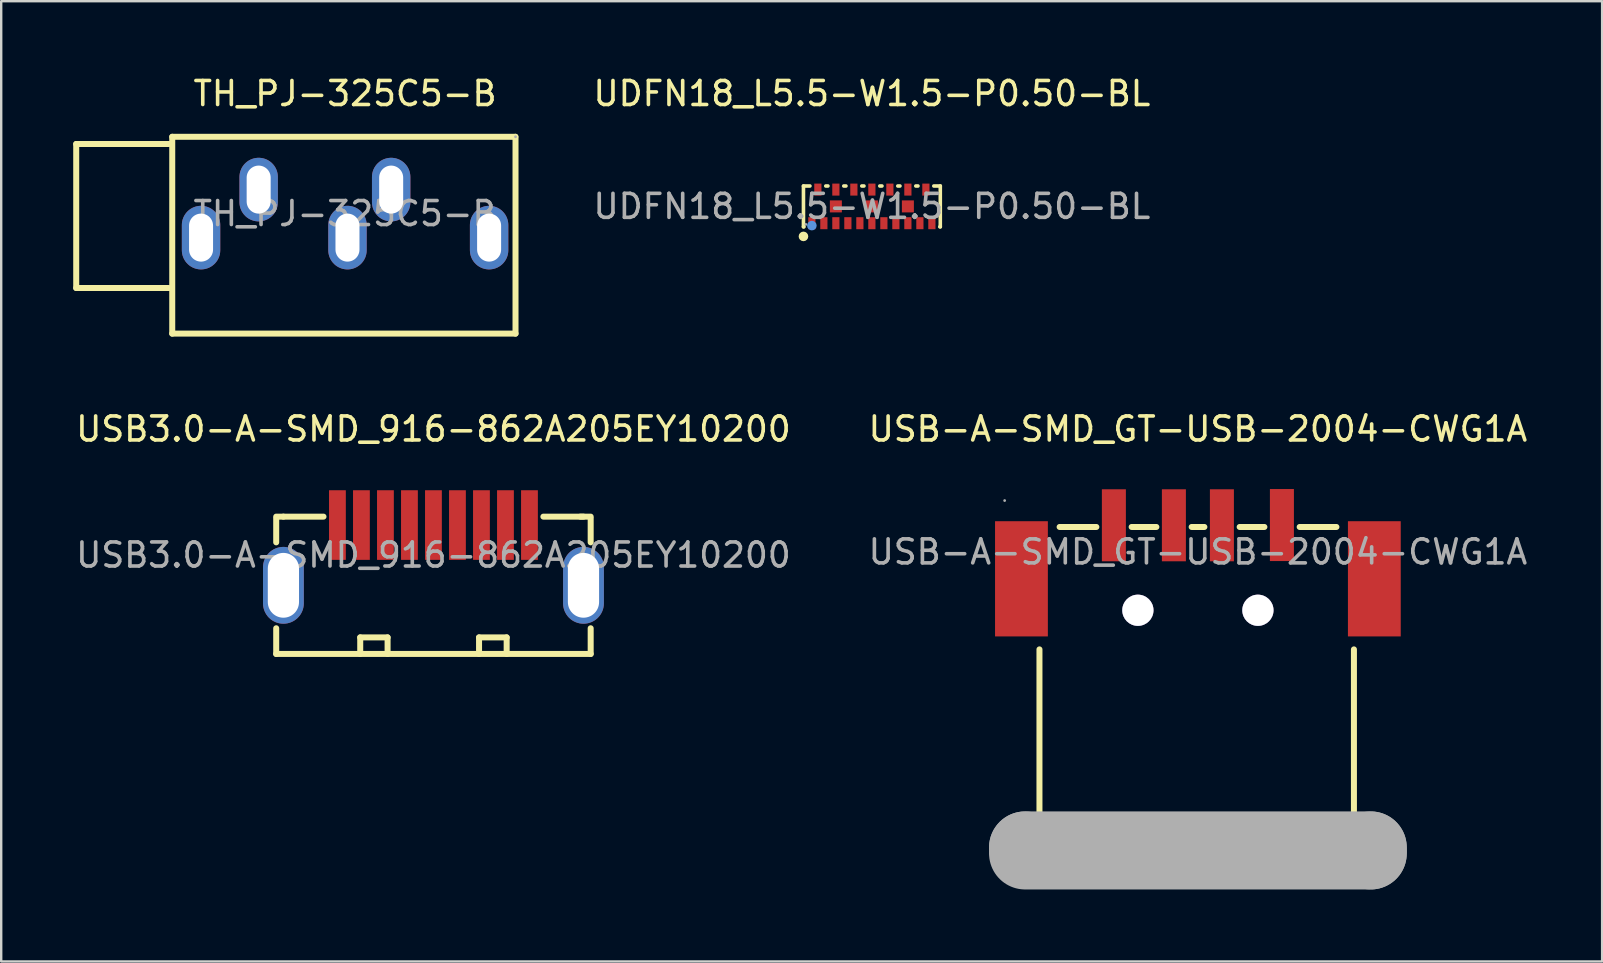
<source format=kicad_pcb>
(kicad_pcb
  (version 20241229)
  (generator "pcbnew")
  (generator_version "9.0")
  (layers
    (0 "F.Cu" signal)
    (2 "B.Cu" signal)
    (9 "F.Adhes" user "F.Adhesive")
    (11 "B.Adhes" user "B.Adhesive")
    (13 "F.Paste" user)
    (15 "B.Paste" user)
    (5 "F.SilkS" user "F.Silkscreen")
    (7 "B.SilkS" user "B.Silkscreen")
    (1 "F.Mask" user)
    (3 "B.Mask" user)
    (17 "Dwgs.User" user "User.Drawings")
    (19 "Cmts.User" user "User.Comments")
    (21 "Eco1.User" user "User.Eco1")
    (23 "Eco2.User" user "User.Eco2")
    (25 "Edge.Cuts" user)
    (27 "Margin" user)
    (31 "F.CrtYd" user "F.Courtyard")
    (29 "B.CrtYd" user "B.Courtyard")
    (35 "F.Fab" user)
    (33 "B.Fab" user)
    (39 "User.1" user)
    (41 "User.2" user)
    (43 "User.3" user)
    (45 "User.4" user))
  (footprint "USB3.0-A-SMD_916-862A205EY10200"
    (layer "F.Cu")
    (at 15.006 20.072)
    (property "Reference" "USB3.0-A-SMD_916-862A205EY10200" (at 0 -5.25 0) (layer "F.SilkS") (effects (font (size 1 1) (thickness 0.15))))
    (attr through_hole)
    (fp_line (start -6.55 -0.53) (end -6.55 -1.52) (stroke (width 0.25) (type solid)) (layer "F.SilkS"))
    (fp_line (start -6.55 4.12) (end -6.55 3.05) (stroke (width 0.25) (type solid)) (layer "F.SilkS"))
    (fp_line (start -6.25 -1.6) (end -6.55 -1.6) (stroke (width 0.25) (type solid)) (layer "F.SilkS"))
    (fp_line (start -6.25 -1.6) (end -4.58 -1.6) (stroke (width 0.25) (type solid)) (layer "F.SilkS"))
    (fp_line (start -3.05 3.43) (end -3.05 4.12) (stroke (width 0.25) (type solid)) (layer "F.SilkS"))
    (fp_line (start -3.05 3.43) (end -1.91 3.43) (stroke (width 0.25) (type solid)) (layer "F.SilkS"))
    (fp_line (start -1.91 3.43) (end -1.91 4.12) (stroke (width 0.25) (type solid)) (layer "F.SilkS"))
    (fp_line (start 1.9 3.43) (end 1.9 4.12) (stroke (width 0.25) (type solid)) (layer "F.SilkS"))
    (fp_line (start 3.05 3.43) (end 1.9 3.43) (stroke (width 0.25) (type solid)) (layer "F.SilkS"))
    (fp_line (start 3.05 3.43) (end 3.05 4.12) (stroke (width 0.25) (type solid)) (layer "F.SilkS"))
    (fp_line (start 4.58 -1.6) (end 6.25 -1.6) (stroke (width 0.25) (type solid)) (layer "F.SilkS"))
    (fp_line (start 6.12 -1.6) (end 6.55 -1.6) (stroke (width 0.25) (type solid)) (layer "F.SilkS"))
    (fp_line (start 6.55 -0.53) (end 6.55 -1.52) (stroke (width 0.25) (type solid)) (layer "F.SilkS"))
    (fp_line (start 6.55 4.12) (end -6.55 4.12) (stroke (width 0.25) (type solid)) (layer "F.SilkS"))
    (fp_line (start 6.55 4.12) (end 6.55 3.05) (stroke (width 0.25) (type solid)) (layer "F.SilkS"))
    (fp_text user "${REFERENCE}" (at 0 0 0) (layer "F.Fab") (effects (font (size 1 1) (thickness 0.15))))
    (pad "1" smd rect (at -3 -1.25) (size 0.7 2.9) (layers "F.Cu" "F.Mask" "F.Paste"))
    (pad "2" smd rect (at -1 -1.25) (size 0.7 2.9) (layers "F.Cu" "F.Mask" "F.Paste"))
    (pad "3" smd rect (at 1 -1.25) (size 0.7 2.9) (layers "F.Cu" "F.Mask" "F.Paste"))
    (pad "4" smd rect (at 3 -1.25) (size 0.7 2.9) (layers "F.Cu" "F.Mask" "F.Paste"))
    (pad "5" smd rect (at 4 -1.25) (size 0.7 2.9) (layers "F.Cu" "F.Mask" "F.Paste"))
    (pad "6" smd rect (at 2 -1.25) (size 0.7 2.9) (layers "F.Cu" "F.Mask" "F.Paste"))
    (pad "7" smd rect (at 0 -1.25) (size 0.7 2.9) (layers "F.Cu" "F.Mask" "F.Paste"))
    (pad "8" smd rect (at -2 -1.25) (size 0.7 2.9) (layers "F.Cu" "F.Mask" "F.Paste"))
    (pad "9" smd rect (at -4 -1.25) (size 0.7 2.9) (layers "F.Cu" "F.Mask" "F.Paste"))
    (pad "10" thru_hole oval (at -6.25 1.26) (size 1.7 3.2) (drill oval 1.3 2.7) (layers "*.Cu" "*.Paste" "*.Mask"))
    (pad "10" thru_hole oval (at 6.25 1.26) (size 1.7 3.2) (drill oval 1.3 2.7) (layers "*.Cu" "*.Paste" "*.Mask")))
  (footprint "UDFN18_L5.5-W1.5-P0.50-BL"
    (layer "F.Cu")
    (at 33.27 5.548)
    (property "Reference" "UDFN18_L5.5-W1.5-P0.50-BL" (at 0 -4.7 0) (layer "F.SilkS") (effects (font (size 1 1) (thickness 0.15))))
    (attr smd)
    (fp_line (start -2.85 -0.85) (end -2.85 0.85) (stroke (width 0.15) (type solid)) (layer "F.SilkS"))
    (fp_line (start -2.85 0.85) (end -2.83 0.85) (stroke (width 0.15) (type solid)) (layer "F.SilkS"))
    (fp_line (start -2.58 -0.85) (end -2.85 -0.85) (stroke (width 0.15) (type solid)) (layer "F.SilkS"))
    (fp_line (start -1.83 -0.85) (end -1.92 -0.85) (stroke (width 0.15) (type solid)) (layer "F.SilkS"))
    (fp_line (start -1.08 -0.85) (end -1.17 -0.85) (stroke (width 0.15) (type solid)) (layer "F.SilkS"))
    (fp_line (start -0.33 -0.85) (end -0.42 -0.85) (stroke (width 0.15) (type solid)) (layer "F.SilkS"))
    (fp_line (start 0.42 -0.85) (end 0.33 -0.85) (stroke (width 0.15) (type solid)) (layer "F.SilkS"))
    (fp_line (start 1.17 -0.85) (end 1.08 -0.85) (stroke (width 0.15) (type solid)) (layer "F.SilkS"))
    (fp_line (start 1.92 -0.85) (end 1.83 -0.85) (stroke (width 0.15) (type solid)) (layer "F.SilkS"))
    (fp_line (start 2.83 0.85) (end 2.85 0.85) (stroke (width 0.15) (type solid)) (layer "F.SilkS"))
    (fp_line (start 2.85 -0.85) (end 2.58 -0.85) (stroke (width 0.15) (type solid)) (layer "F.SilkS"))
    (fp_line (start 2.85 0.85) (end 2.85 -0.85) (stroke (width 0.15) (type solid)) (layer "F.SilkS"))
    (fp_circle (center -2.85 1.25) (end -2.75 1.25) (stroke (width 0.2) (type solid)) (fill no) (layer "F.SilkS"))
    (fp_circle (center -2.5 0.8) (end -2.4 0.8) (stroke (width 0.2) (type solid)) (fill no) (layer "Cmts.User"))
    (fp_circle (center -2.75 0.75) (end -2.72 0.75) (stroke (width 0.06) (type solid)) (fill no) (layer "F.Fab"))
    (fp_text user "${REFERENCE}" (at 0 0 0) (layer "F.Fab") (effects (font (size 1 1) (thickness 0.15))))
    (pad "1" smd rect (at -2.5 0.7) (size 0.3 0.5) (layers "F.Cu" "F.Mask" "F.Paste"))
    (pad "2" smd rect (at -2 0.7) (size 0.3 0.5) (layers "F.Cu" "F.Mask" "F.Paste"))
    (pad "3" smd rect (at -1.5 0.7) (size 0.3 0.5) (layers "F.Cu" "F.Mask" "F.Paste"))
    (pad "4" smd rect (at -1 0.7) (size 0.3 0.5) (layers "F.Cu" "F.Mask" "F.Paste"))
    (pad "5" smd rect (at -0.5 0.7) (size 0.3 0.5) (layers "F.Cu" "F.Mask" "F.Paste"))
    (pad "6" smd rect (at 0 0.7) (size 0.3 0.5) (layers "F.Cu" "F.Mask" "F.Paste"))
    (pad "7" smd rect (at 0.5 0.7) (size 0.3 0.5) (layers "F.Cu" "F.Mask" "F.Paste"))
    (pad "8" smd rect (at 1 0.7) (size 0.3 0.5) (layers "F.Cu" "F.Mask" "F.Paste"))
    (pad "9" smd rect (at 1.5 0.7) (size 0.3 0.5) (layers "F.Cu" "F.Mask" "F.Paste"))
    (pad "10" smd rect (at 2 0.7) (size 0.3 0.5) (layers "F.Cu" "F.Mask" "F.Paste"))
    (pad "11" smd rect (at 2.5 0.7) (size 0.3 0.5) (layers "F.Cu" "F.Mask" "F.Paste"))
    (pad "12" smd rect (at 2.25 -0.7) (size 0.3 0.5) (layers "F.Cu" "F.Mask" "F.Paste"))
    (pad "13" smd rect (at 1.5 -0.7) (size 0.3 0.5) (layers "F.Cu" "F.Mask" "F.Paste"))
    (pad "14" smd rect (at 0.75 -0.7) (size 0.3 0.5) (layers "F.Cu" "F.Mask" "F.Paste"))
    (pad "15" smd rect (at 0 -0.7) (size 0.3 0.5) (layers "F.Cu" "F.Mask" "F.Paste"))
    (pad "16" smd rect (at -0.75 -0.7) (size 0.3 0.5) (layers "F.Cu" "F.Mask" "F.Paste"))
    (pad "17" smd rect (at -1.5 -0.7) (size 0.3 0.5) (layers "F.Cu" "F.Mask" "F.Paste"))
    (pad "18" smd rect (at -2.25 -0.7) (size 0.3 0.5) (layers "F.Cu" "F.Mask" "F.Paste"))
    (pad "19" smd rect (at -1.5 0) (size 0.5 0.5) (layers "F.Cu" "F.Mask" "F.Paste"))
    (pad "20" smd rect (at 0 0) (size 0.5 0.5) (layers "F.Cu" "F.Mask" "F.Paste"))
    (pad "21" smd rect (at 1.5 0) (size 0.5 0.5) (layers "F.Cu" "F.Mask" "F.Paste")))
  (footprint "TH_PJ-325C5-B"
    (layer "F.Cu")
    (at 11.325 5.848)
    (property "Reference" "TH_PJ-325C5-B" (at 0 -5 0) (layer "F.SilkS") (effects (font (size 1 1) (thickness 0.15))))
    (attr smd)
    (fp_line (start -11.2 -2.9) (end -11.2 3.1) (stroke (width 0.25) (type solid)) (layer "F.SilkS"))
    (fp_line (start -11.2 3.1) (end -7.33 3.1) (stroke (width 0.25) (type solid)) (layer "F.SilkS"))
    (fp_line (start -7.33 -2.9) (end -11.2 -2.9) (stroke (width 0.25) (type solid)) (layer "F.SilkS"))
    (fp_line (start -7.2 -3.2) (end 7.09 -3.2) (stroke (width 0.25) (type solid)) (layer "F.SilkS"))
    (fp_line (start -7.2 5) (end -7.2 -3.2) (stroke (width 0.25) (type solid)) (layer "F.SilkS"))
    (fp_line (start 7.1 -3.2) (end 7.1 5) (stroke (width 0.25) (type solid)) (layer "F.SilkS"))
    (fp_line (start 7.1 5) (end -7.2 5) (stroke (width 0.25) (type solid)) (layer "F.SilkS"))
    (fp_circle (center 7.1 -3.2) (end 7.13 -3.2) (stroke (width 0.06) (type solid)) (fill no) (layer "F.Fab"))
    (fp_text user "${REFERENCE}" (at 0 0 0) (layer "F.Fab") (effects (font (size 1 1) (thickness 0.15))))
    (pad "1" thru_hole oval (at -6 1 180) (size 1.6 2.65) (drill oval 1 2) (layers "*.Cu" "*.Mask"))
    (pad "2" thru_hole oval (at -3.6 -1 180) (size 1.6 2.65) (drill oval 1 2) (layers "*.Cu" "*.Mask"))
    (pad "3" thru_hole oval (at 1.92 -1 180) (size 1.6 2.65) (drill oval 1 2) (layers "*.Cu" "*.Mask"))
    (pad "4" thru_hole oval (at 6 1 180) (size 1.6 2.65) (drill oval 1 2) (layers "*.Cu" "*.Mask"))
    (pad "5" thru_hole oval (at 0.1 1 180) (size 1.6 2.65) (drill oval 1 2) (layers "*.Cu" "*.Mask")))
  (footprint "USB-A-SMD_GT-USB-2004-CWG1A"
    (layer "F.Cu")
    (at 46.851 19.942)
    (property "Reference" "USB-A-SMD_GT-USB-2004-CWG1A" (at 0 -5.12 0) (layer "F.SilkS") (effects (font (size 1 1) (thickness 0.15))))
    (attr smd)
    (fp_line (start -6.6 12.56) (end -6.6 4.06) (stroke (width 0.25) (type solid)) (layer "F.SilkS"))
    (fp_line (start -4.23 -1.04) (end -5.76 -1.04) (stroke (width 0.25) (type solid)) (layer "F.SilkS"))
    (fp_line (start -1.73 -1.04) (end -2.76 -1.04) (stroke (width 0.25) (type solid)) (layer "F.SilkS"))
    (fp_line (start 0.27 -1.04) (end -0.26 -1.04) (stroke (width 0.25) (type solid)) (layer "F.SilkS"))
    (fp_line (start 2.77 -1.04) (end 1.74 -1.04) (stroke (width 0.25) (type solid)) (layer "F.SilkS"))
    (fp_line (start 5.77 -1.04) (end 4.24 -1.04) (stroke (width 0.25) (type solid)) (layer "F.SilkS"))
    (fp_line (start 6.5 12.56) (end -6.6 12.56) (stroke (width 0.25) (type solid)) (layer "F.SilkS"))
    (fp_line (start 6.5 12.56) (end 6.5 4.06) (stroke (width 0.25) (type solid)) (layer "F.SilkS"))
    (fp_circle (center -2.5 2.43) (end -2.25 2.43) (stroke (width 0.5) (type solid)) (fill no) (layer "Cmts.User"))
    (fp_circle (center 2.5 2.43) (end 2.75 2.43) (stroke (width 0.5) (type solid)) (fill no) (layer "Cmts.User"))
    (fp_line (start -7.2 12.31) (end -7.2 12.31) (stroke (width 3) (type solid)) (layer "F.Fab"))
    (fp_line (start -7.2 12.31) (end 7.2 12.31) (stroke (width 3) (type solid)) (layer "F.Fab"))
    (fp_line (start 7.2 12.31) (end 7.2 12.56) (stroke (width 3) (type solid)) (layer "F.Fab"))
    (fp_line (start 7.2 12.56) (end -7.2 12.56) (stroke (width 3) (type solid)) (layer "F.Fab"))
    (fp_circle (center -8.05 -2.14) (end -8.02 -2.14) (stroke (width 0.06) (type solid)) (fill no) (layer "F.Fab"))
    (fp_text user "${REFERENCE}" (at 0 0 0) (layer "F.Fab") (effects (font (size 1 1) (thickness 0.15))))
    (pad "" thru_hole circle (at -2.5 2.43) (size 1.3 1.3) (drill 1.3) (layers "*.Cu" "*.Mask"))
    (pad "" thru_hole circle (at 2.5 2.43) (size 1.3 1.3) (drill 1.3) (layers "*.Cu" "*.Mask"))
    (pad "1" smd rect (at -3.5 -1.11) (size 1 3) (layers "F.Cu" "F.Mask" "F.Paste"))
    (pad "2" smd rect (at -1 -1.11) (size 1 3) (layers "F.Cu" "F.Mask" "F.Paste"))
    (pad "3" smd rect (at 1 -1.11) (size 1 3) (layers "F.Cu" "F.Mask" "F.Paste"))
    (pad "4" smd rect (at 3.5 -1.12) (size 1 3) (layers "F.Cu" "F.Mask" "F.Paste"))
    (pad "5" smd rect (at -7.35 1.12) (size 2.2 4.8) (layers "F.Cu" "F.Mask" "F.Paste"))
    (pad "6" smd rect (at 7.35 1.12) (size 2.2 4.8) (layers "F.Cu" "F.Mask" "F.Paste")))
  (gr_rect
    (start -3 -3)
    (end 63.69 37.002)
    (stroke (width 0.1) (type default))
    (fill no)
    (layer "Edge.Cuts")))
</source>
